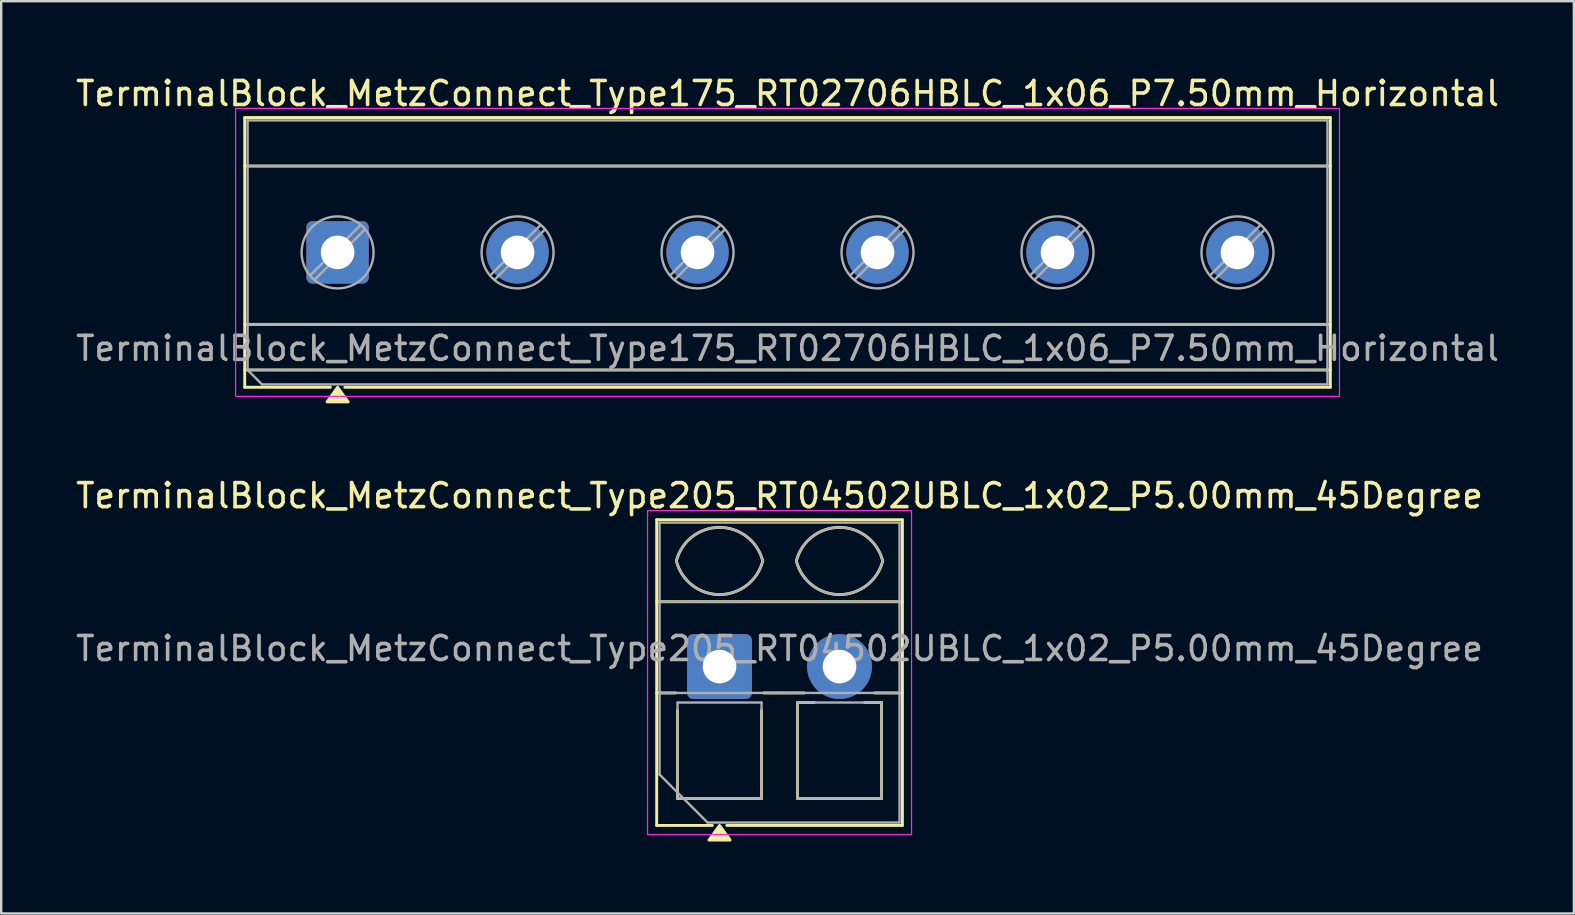
<source format=kicad_pcb>
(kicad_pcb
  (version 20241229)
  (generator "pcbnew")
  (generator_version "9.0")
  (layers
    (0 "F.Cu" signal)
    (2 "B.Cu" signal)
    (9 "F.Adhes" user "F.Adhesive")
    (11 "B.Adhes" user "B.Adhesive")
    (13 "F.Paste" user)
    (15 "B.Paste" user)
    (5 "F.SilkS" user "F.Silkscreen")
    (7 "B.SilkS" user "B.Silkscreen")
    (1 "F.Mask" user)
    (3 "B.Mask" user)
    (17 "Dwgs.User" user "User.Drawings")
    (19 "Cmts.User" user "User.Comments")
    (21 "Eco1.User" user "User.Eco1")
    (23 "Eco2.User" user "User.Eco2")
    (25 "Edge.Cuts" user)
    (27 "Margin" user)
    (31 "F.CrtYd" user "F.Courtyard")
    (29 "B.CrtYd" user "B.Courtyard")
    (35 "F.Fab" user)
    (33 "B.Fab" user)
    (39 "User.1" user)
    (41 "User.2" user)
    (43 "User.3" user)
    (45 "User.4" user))
  (footprint "TerminalBlock_MetzConnect_Type175_RT02706HBLC_1x06_P7.50mm_Horizontal"
    (layer "F.Cu")
    (at 11.018 7.468)
    (property "Reference" "TerminalBlock_MetzConnect_Type175_RT02706HBLC_1x06_P7.50mm_Horizontal" (at 18.75 -6.62 0) (layer "F.SilkS") (effects (font (size 1 1) (thickness 0.15))))
    (attr through_hole)
    (fp_line (start -3.87 -5.62) (end 41.37 -5.62) (stroke (width 0.12) (type solid)) (layer "F.SilkS"))
    (fp_line (start -3.87 -3.6) (end 41.37 -3.6) (stroke (width 0.12) (type solid)) (layer "F.SilkS"))
    (fp_line (start -3.87 3) (end 41.37 3) (stroke (width 0.12) (type solid)) (layer "F.SilkS"))
    (fp_line (start -3.87 4.9) (end 41.37 4.9) (stroke (width 0.12) (type solid)) (layer "F.SilkS"))
    (fp_line (start -3.87 5.62) (end -3.87 -5.62) (stroke (width 0.12) (type solid)) (layer "F.SilkS"))
    (fp_line (start -0.3 5.62) (end -3.87 5.62) (stroke (width 0.12) (type solid)) (layer "F.SilkS"))
    (fp_line (start 41.37 -5.62) (end 41.37 5.62) (stroke (width 0.12) (type solid)) (layer "F.SilkS"))
    (fp_line (start 41.37 5.62) (end 0.3 5.62) (stroke (width 0.12) (type solid)) (layer "F.SilkS"))
    (fp_poly (pts (xy 0 5.62) (xy 0.44 6.23) (xy -0.44 6.23)) (stroke (width 0.12) (type solid)) (fill yes) (layer "F.SilkS"))
    (fp_line (start -4.25 -6) (end -4.25 6) (stroke (width 0.05) (type solid)) (layer "F.CrtYd"))
    (fp_line (start -4.25 6) (end 41.75 6) (stroke (width 0.05) (type solid)) (layer "F.CrtYd"))
    (fp_line (start 41.75 -6) (end -4.25 -6) (stroke (width 0.05) (type solid)) (layer "F.CrtYd"))
    (fp_line (start 41.75 6) (end 41.75 -6) (stroke (width 0.05) (type solid)) (layer "F.CrtYd"))
    (fp_line (start -3.75 -5.5) (end 41.25 -5.5) (stroke (width 0.1) (type solid)) (layer "F.Fab"))
    (fp_line (start -3.75 -3.6) (end 41.25 -3.6) (stroke (width 0.1) (type solid)) (layer "F.Fab"))
    (fp_line (start -3.75 3) (end 41.25 3) (stroke (width 0.1) (type solid)) (layer "F.Fab"))
    (fp_line (start -3.75 4.9) (end -3.75 -5.5) (stroke (width 0.1) (type solid)) (layer "F.Fab"))
    (fp_line (start -3.75 4.9) (end 41.25 4.9) (stroke (width 0.1) (type solid)) (layer "F.Fab"))
    (fp_line (start -3.15 5.5) (end -3.75 4.9) (stroke (width 0.1) (type solid)) (layer "F.Fab"))
    (fp_line (start 0.955 -1.138) (end -1.138 0.955) (stroke (width 0.1) (type solid)) (layer "F.Fab"))
    (fp_line (start 1.138 -0.955) (end -0.955 1.138) (stroke (width 0.1) (type solid)) (layer "F.Fab"))
    (fp_line (start 8.455 -1.138) (end 6.362 0.955) (stroke (width 0.1) (type solid)) (layer "F.Fab"))
    (fp_line (start 8.638 -0.955) (end 6.545 1.138) (stroke (width 0.1) (type solid)) (layer "F.Fab"))
    (fp_line (start 15.955 -1.138) (end 13.862 0.955) (stroke (width 0.1) (type solid)) (layer "F.Fab"))
    (fp_line (start 16.138 -0.955) (end 14.045 1.138) (stroke (width 0.1) (type solid)) (layer "F.Fab"))
    (fp_line (start 23.455 -1.138) (end 21.362 0.955) (stroke (width 0.1) (type solid)) (layer "F.Fab"))
    (fp_line (start 23.638 -0.955) (end 21.545 1.138) (stroke (width 0.1) (type solid)) (layer "F.Fab"))
    (fp_line (start 30.955 -1.138) (end 28.862 0.955) (stroke (width 0.1) (type solid)) (layer "F.Fab"))
    (fp_line (start 31.138 -0.955) (end 29.045 1.138) (stroke (width 0.1) (type solid)) (layer "F.Fab"))
    (fp_line (start 38.455 -1.138) (end 36.362 0.955) (stroke (width 0.1) (type solid)) (layer "F.Fab"))
    (fp_line (start 38.638 -0.955) (end 36.545 1.138) (stroke (width 0.1) (type solid)) (layer "F.Fab"))
    (fp_line (start 41.25 -5.5) (end 41.25 5.5) (stroke (width 0.1) (type solid)) (layer "F.Fab"))
    (fp_line (start 41.25 5.5) (end -3.15 5.5) (stroke (width 0.1) (type solid)) (layer "F.Fab"))
    (fp_circle (center 0 0) (end 1.5 0) (stroke (width 0.1) (type solid)) (fill no) (layer "F.Fab"))
    (fp_circle (center 7.5 0) (end 9 0) (stroke (width 0.1) (type solid)) (fill no) (layer "F.Fab"))
    (fp_circle (center 15 0) (end 16.5 0) (stroke (width 0.1) (type solid)) (fill no) (layer "F.Fab"))
    (fp_circle (center 22.5 0) (end 24 0) (stroke (width 0.1) (type solid)) (fill no) (layer "F.Fab"))
    (fp_circle (center 30 0) (end 31.5 0) (stroke (width 0.1) (type solid)) (fill no) (layer "F.Fab"))
    (fp_circle (center 37.5 0) (end 39 0) (stroke (width 0.1) (type solid)) (fill no) (layer "F.Fab"))
    (fp_text user "${REFERENCE}" (at 18.75 4 0) (layer "F.Fab") (effects (font (size 1 1) (thickness 0.15))))
    (pad "1" thru_hole roundrect (at 0 0) (size 2.6 2.6) (drill 1.4) (layers "*.Cu" "*.Mask") (roundrect_rratio 0.096))
    (pad "2" thru_hole circle (at 7.5 0) (size 2.6 2.6) (drill 1.4) (layers "*.Cu" "*.Mask"))
    (pad "3" thru_hole circle (at 15 0) (size 2.6 2.6) (drill 1.4) (layers "*.Cu" "*.Mask"))
    (pad "4" thru_hole circle (at 22.5 0) (size 2.6 2.6) (drill 1.4) (layers "*.Cu" "*.Mask"))
    (pad "5" thru_hole circle (at 30 0) (size 2.6 2.6) (drill 1.4) (layers "*.Cu" "*.Mask"))
    (pad "6" thru_hole circle (at 37.5 0) (size 2.6 2.6) (drill 1.4) (layers "*.Cu" "*.Mask")))
  (footprint "TerminalBlock_MetzConnect_Type205_RT04502UBLC_1x02_P5.00mm_45Degree"
    (layer "F.Cu")
    (at 26.935 24.727)
    (property "Reference" "TerminalBlock_MetzConnect_Type205_RT04502UBLC_1x02_P5.00mm_45Degree" (at 2.5 -7.12 0) (layer "F.SilkS") (effects (font (size 1 1) (thickness 0.15))))
    (attr through_hole)
    (fp_line (start -2.62 -6.12) (end 7.62 -6.12) (stroke (width 0.12) (type solid)) (layer "F.SilkS"))
    (fp_line (start -2.62 -2.7) (end 7.62 -2.7) (stroke (width 0.12) (type solid)) (layer "F.SilkS"))
    (fp_line (start -2.62 1.1) (end -1.83 1.1) (stroke (width 0.12) (type solid)) (layer "F.SilkS"))
    (fp_line (start -2.62 6.62) (end -2.62 -6.12) (stroke (width 0.12) (type solid)) (layer "F.SilkS"))
    (fp_line (start -1.75 5.5) (end -1.75 1.83) (stroke (width 0.12) (type solid)) (layer "F.SilkS"))
    (fp_line (start -0.3 6.62) (end -2.62 6.62) (stroke (width 0.12) (type solid)) (layer "F.SilkS"))
    (fp_line (start 1.75 1.83) (end 1.75 5.5) (stroke (width 0.12) (type solid)) (layer "F.SilkS"))
    (fp_line (start 1.75 5.5) (end -1.75 5.5) (stroke (width 0.12) (type solid)) (layer "F.SilkS"))
    (fp_line (start 1.83 1.1) (end 3.538 1.1) (stroke (width 0.12) (type solid)) (layer "F.SilkS"))
    (fp_line (start 3.25 1.5) (end 3.952 1.5) (stroke (width 0.12) (type solid)) (layer "F.SilkS"))
    (fp_line (start 3.25 5.5) (end 3.25 1.5) (stroke (width 0.12) (type solid)) (layer "F.SilkS"))
    (fp_line (start 6.048 1.5) (end 6.75 1.5) (stroke (width 0.12) (type solid)) (layer "F.SilkS"))
    (fp_line (start 6.462 1.1) (end 7.62 1.1) (stroke (width 0.12) (type solid)) (layer "F.SilkS"))
    (fp_line (start 6.75 1.5) (end 6.75 5.5) (stroke (width 0.12) (type solid)) (layer "F.SilkS"))
    (fp_line (start 6.75 5.5) (end 3.25 5.5) (stroke (width 0.12) (type solid)) (layer "F.SilkS"))
    (fp_line (start 7.62 -6.12) (end 7.62 6.62) (stroke (width 0.12) (type solid)) (layer "F.SilkS"))
    (fp_line (start 7.62 6.62) (end 0.3 6.62) (stroke (width 0.12) (type solid)) (layer "F.SilkS"))
    (fp_arc (start -1.8 -4.4) (mid 0 -5.8) (end 1.8 -4.4) (stroke (width 0.12) (type solid)) (layer "F.SilkS"))
    (fp_arc (start 1.8 -4.4) (mid 0 -3) (end -1.8 -4.4) (stroke (width 0.12) (type solid)) (layer "F.SilkS"))
    (fp_arc (start 3.2 -4.4) (mid 5 -5.8) (end 6.8 -4.4) (stroke (width 0.12) (type solid)) (layer "F.SilkS"))
    (fp_arc (start 6.8 -4.4) (mid 5 -3) (end 3.2 -4.4) (stroke (width 0.12) (type solid)) (layer "F.SilkS"))
    (fp_poly (pts (xy 0 6.62) (xy 0.44 7.23) (xy -0.44 7.23)) (stroke (width 0.12) (type solid)) (fill yes) (layer "F.SilkS"))
    (fp_line (start -3 -6.5) (end -3 7) (stroke (width 0.05) (type solid)) (layer "F.CrtYd"))
    (fp_line (start -3 7) (end 8 7) (stroke (width 0.05) (type solid)) (layer "F.CrtYd"))
    (fp_line (start 8 -6.5) (end -3 -6.5) (stroke (width 0.05) (type solid)) (layer "F.CrtYd"))
    (fp_line (start 8 7) (end 8 -6.5) (stroke (width 0.05) (type solid)) (layer "F.CrtYd"))
    (fp_line (start -2.5 -6) (end 7.5 -6) (stroke (width 0.1) (type solid)) (layer "F.Fab"))
    (fp_line (start -2.5 -2.7) (end 7.5 -2.7) (stroke (width 0.1) (type solid)) (layer "F.Fab"))
    (fp_line (start -2.5 1.1) (end 7.5 1.1) (stroke (width 0.1) (type solid)) (layer "F.Fab"))
    (fp_line (start -2.5 4.5) (end -2.5 -6) (stroke (width 0.1) (type solid)) (layer "F.Fab"))
    (fp_line (start -1.75 1.5) (end -1.75 5.5) (stroke (width 0.1) (type solid)) (layer "F.Fab"))
    (fp_line (start -1.75 5.5) (end 1.75 5.5) (stroke (width 0.1) (type solid)) (layer "F.Fab"))
    (fp_line (start -0.5 6.5) (end -2.5 4.5) (stroke (width 0.1) (type solid)) (layer "F.Fab"))
    (fp_line (start 1.75 1.5) (end -1.75 1.5) (stroke (width 0.1) (type solid)) (layer "F.Fab"))
    (fp_line (start 1.75 5.5) (end 1.75 1.5) (stroke (width 0.1) (type solid)) (layer "F.Fab"))
    (fp_line (start 3.25 1.5) (end 3.25 5.5) (stroke (width 0.1) (type solid)) (layer "F.Fab"))
    (fp_line (start 3.25 5.5) (end 6.75 5.5) (stroke (width 0.1) (type solid)) (layer "F.Fab"))
    (fp_line (start 6.75 1.5) (end 3.25 1.5) (stroke (width 0.1) (type solid)) (layer "F.Fab"))
    (fp_line (start 6.75 5.5) (end 6.75 1.5) (stroke (width 0.1) (type solid)) (layer "F.Fab"))
    (fp_line (start 7.5 -6) (end 7.5 6.5) (stroke (width 0.1) (type solid)) (layer "F.Fab"))
    (fp_line (start 7.5 6.5) (end -0.5 6.5) (stroke (width 0.1) (type solid)) (layer "F.Fab"))
    (fp_arc (start -1.8 -4.4) (mid 0 -5.8) (end 1.8 -4.4) (stroke (width 0.1) (type solid)) (layer "F.Fab"))
    (fp_arc (start 1.8 -4.4) (mid 0 -3) (end -1.8 -4.4) (stroke (width 0.1) (type solid)) (layer "F.Fab"))
    (fp_arc (start 3.2 -4.4) (mid 5 -5.8) (end 6.8 -4.4) (stroke (width 0.1) (type solid)) (layer "F.Fab"))
    (fp_arc (start 6.8 -4.4) (mid 5 -3) (end 3.2 -4.4) (stroke (width 0.1) (type solid)) (layer "F.Fab"))
    (fp_text user "${REFERENCE}" (at 2.5 -0.75 0) (layer "F.Fab") (effects (font (size 1 1) (thickness 0.15))))
    (pad "1" thru_hole roundrect (at 0 0) (size 2.7 2.7) (drill 1.4) (layers "*.Cu" "*.Mask") (roundrect_rratio 0.093))
    (pad "2" thru_hole circle (at 5 0) (size 2.7 2.7) (drill 1.4) (layers "*.Cu" "*.Mask")))
  (gr_rect
    (start -3 -3)
    (end 62.536 35.017)
    (stroke (width 0.1) (type default))
    (fill no)
    (layer "Edge.Cuts")))
</source>
